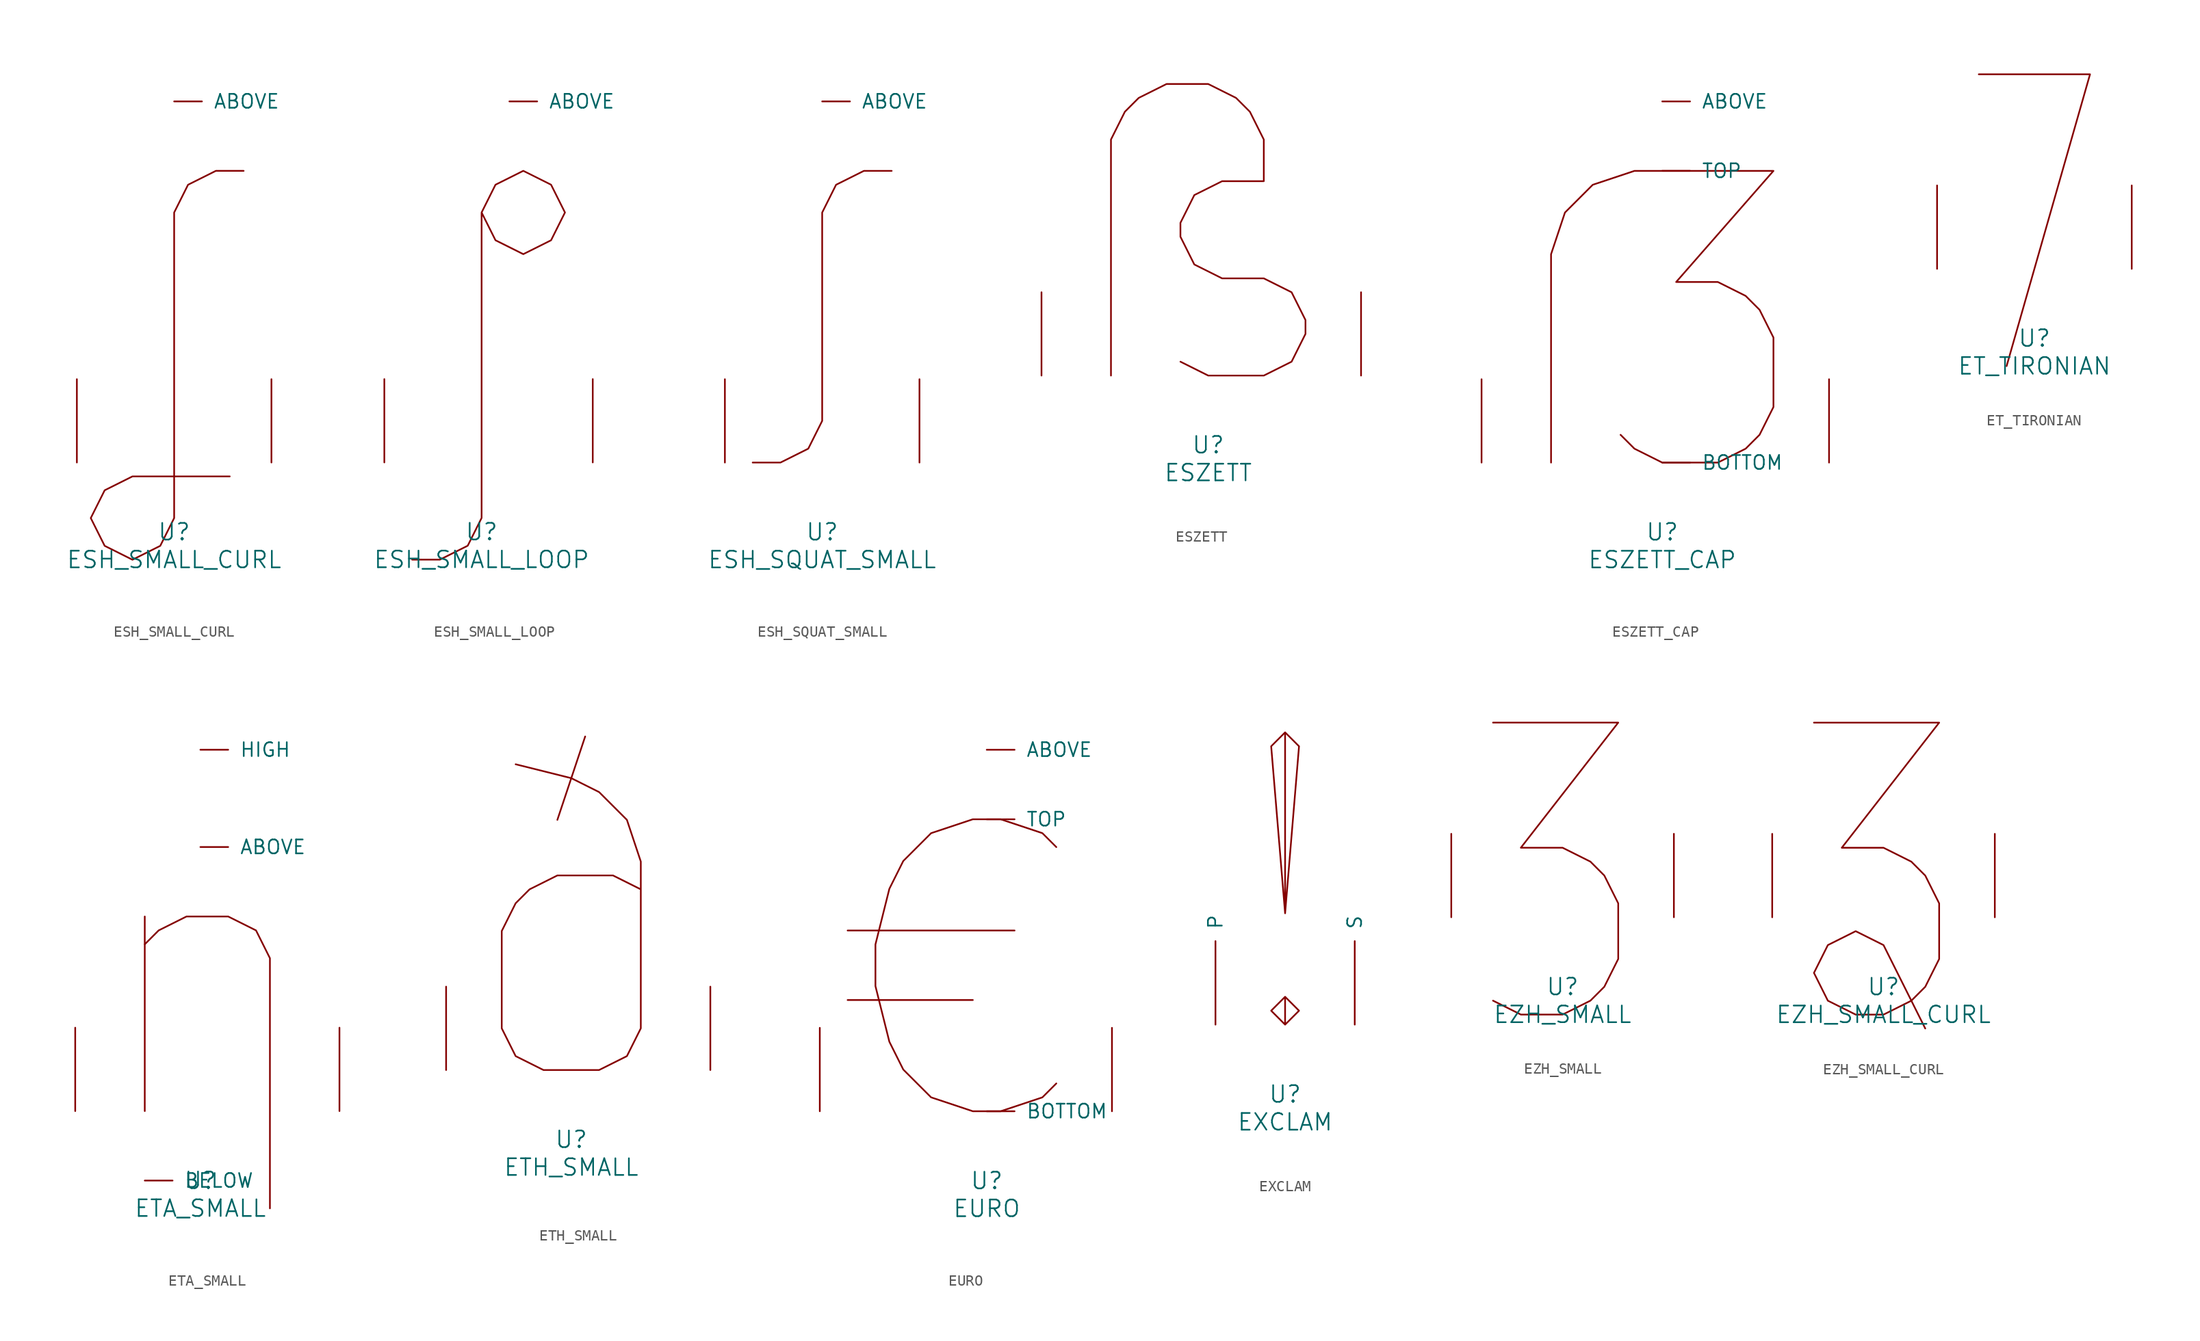
<source format=kicad_sym>
(kicad_symbol_lib
  (version 20220914)
  (generator font_lib2sym)
  (symbol "ESH_SMALL_CURL"
    (pin_names
      (offset 1.016))
    (property "Reference" "U"
      (at 0 -6.35 0)
      (effects (font (size 1.524 1.524))))
    (property "Value" "ESH_SMALL_CURL"
      (at 0 -8.89 0)
      (effects (font (size 1.524 1.524))))
    (symbol "ESH_SMALL_CURL_0_1"
      (polyline (pts (xy 6.35 26.67) (xy 3.81 26.67) (xy 1.27 25.4) (xy 0 22.86) (xy 0 -5.08) (xy -1.27 -7.62) (xy -3.81 -8.89) (xy -6.35 -7.62) (xy -7.62 -5.08) (xy -6.35 -2.54) (xy -3.81 -1.27) (xy 5.08 -1.27)) (stroke (width 0) (type solid)) (fill (type none)))
      (pin input line (at 0 33.02 0) (length 2.54) (name "ABOVE" (effects (font (size 1.27 1.27)))) (number "~" (effects (font (size 1.27 1.27)))))
      (pin input line (at -8.89 0 90) (length 7.62) (name "~" (effects (font (size 1.27 1.27)))) (number "~" (effects (font (size 1.27 1.27)))))
      (pin input line (at 8.89 0 90) (length 7.62) (name "~" (effects (font (size 1.27 1.27)))) (number "~" (effects (font (size 1.27 1.27)))))))
  (symbol "ESH_SMALL_LOOP"
    (pin_names
      (offset 1.016))
    (property "Reference" "U"
      (at 0 -6.35 0)
      (effects (font (size 1.524 1.524))))
    (property "Value" "ESH_SMALL_LOOP"
      (at 0 -8.89 0)
      (effects (font (size 1.524 1.524))))
    (symbol "ESH_SMALL_LOOP_0_1"
      (polyline (pts (xy -6.35 -8.89) (xy -3.81 -8.89) (xy -1.27 -7.62) (xy 0 -5.08) (xy 0 22.86) (xy 1.27 25.4) (xy 3.81 26.67) (xy 6.35 25.4) (xy 7.62 22.86) (xy 6.35 20.32) (xy 3.81 19.05) (xy 1.27 20.32) (xy 0 22.86)) (stroke (width 0) (type solid)) (fill (type none)))
      (pin input line (at 2.54 33.02 0) (length 2.54) (name "ABOVE" (effects (font (size 1.27 1.27)))) (number "~" (effects (font (size 1.27 1.27)))))
      (pin input line (at -8.89 0 90) (length 7.62) (name "~" (effects (font (size 1.27 1.27)))) (number "~" (effects (font (size 1.27 1.27)))))
      (pin input line (at 10.16 0 90) (length 7.62) (name "~" (effects (font (size 1.27 1.27)))) (number "~" (effects (font (size 1.27 1.27)))))))
  (symbol "ESH_SQUAT_SMALL"
    (pin_names
      (offset 1.016))
    (property "Reference" "U"
      (at 0 -6.35 0)
      (effects (font (size 1.524 1.524))))
    (property "Value" "ESH_SQUAT_SMALL"
      (at 0 -8.89 0)
      (effects (font (size 1.524 1.524))))
    (symbol "ESH_SQUAT_SMALL_0_1"
      (polyline (pts (xy 6.35 26.67) (xy 3.81 26.67) (xy 1.27 25.4) (xy 0 22.86) (xy 0 3.81) (xy -1.27 1.27) (xy -3.81 0) (xy -6.35 0)) (stroke (width 0) (type solid)) (fill (type none)))
      (pin input line (at 0 33.02 0) (length 2.54) (name "ABOVE" (effects (font (size 1.27 1.27)))) (number "~" (effects (font (size 1.27 1.27)))))
      (pin input line (at -8.89 0 90) (length 7.62) (name "~" (effects (font (size 1.27 1.27)))) (number "~" (effects (font (size 1.27 1.27)))))
      (pin input line (at 8.89 0 90) (length 7.62) (name "~" (effects (font (size 1.27 1.27)))) (number "~" (effects (font (size 1.27 1.27)))))))
  (symbol "ESZETT"
    (pin_names
      (offset 1.016))
    (property "Reference" "U"
      (at 0 -6.35 0)
      (effects (font (size 1.524 1.524))))
    (property "Value" "ESZETT"
      (at 0 -8.89 0)
      (effects (font (size 1.524 1.524))))
    (symbol "ESZETT_0_1"
      (polyline (pts (xy -8.89 0) (xy -8.89 21.59) (xy -7.62 24.13) (xy -6.35 25.4) (xy -3.81 26.67) (xy 0 26.67) (xy 2.54 25.4) (xy 3.81 24.13) (xy 5.08 21.59) (xy 5.08 17.78) (xy 1.27 17.78) (xy -1.27 16.51) (xy -2.54 13.97) (xy -2.54 12.7) (xy -1.27 10.16) (xy 1.27 8.89) (xy 5.08 8.89) (xy 7.62 7.62) (xy 8.89 5.08) (xy 8.89 3.81) (xy 7.62 1.27) (xy 5.08 0) (xy 0 0) (xy -2.54 1.27)) (stroke (width 0) (type solid)) (fill (type none)))
      (pin input line (at -15.24 0 90) (length 7.62) (name "~" (effects (font (size 1.27 1.27)))) (number "~" (effects (font (size 1.27 1.27)))))
      (pin input line (at 13.97 0 90) (length 7.62) (name "~" (effects (font (size 1.27 1.27)))) (number "~" (effects (font (size 1.27 1.27)))))))
  (symbol "ESZETT_CAP"
    (pin_names
      (offset 1.016))
    (property "Reference" "U"
      (at 0 -6.35 0)
      (effects (font (size 1.524 1.524))))
    (property "Value" "ESZETT_CAP"
      (at 0 -8.89 0)
      (effects (font (size 1.524 1.524))))
    (symbol "ESZETT_CAP_0_1"
      (polyline (pts (xy -10.16 0) (xy -10.16 19.05) (xy -8.89 22.86) (xy -6.35 25.4) (xy -2.54 26.67) (xy 10.16 26.67) (xy 1.27 16.51) (xy 5.08 16.51) (xy 7.62 15.24) (xy 8.89 13.97) (xy 10.16 11.43) (xy 10.16 5.08) (xy 8.89 2.54) (xy 7.62 1.27) (xy 5.08 0) (xy 0 0) (xy -2.54 1.27) (xy -3.81 2.54)) (stroke (width 0) (type solid)) (fill (type none)))
      (pin input line (at 0 33.02 0) (length 2.54) (name "ABOVE" (effects (font (size 1.27 1.27)))) (number "~" (effects (font (size 1.27 1.27)))))
      (pin input line (at 0 0 0) (length 2.54) (name "BOTTOM" (effects (font (size 1.27 1.27)))) (number "~" (effects (font (size 1.27 1.27)))))
      (pin input line (at 0 26.67 0) (length 2.54) (name "TOP" (effects (font (size 1.27 1.27)))) (number "~" (effects (font (size 1.27 1.27)))))
      (pin input line (at -16.51 0 90) (length 7.62) (name "~" (effects (font (size 1.27 1.27)))) (number "~" (effects (font (size 1.27 1.27)))))
      (pin input line (at 15.24 0 90) (length 7.62) (name "~" (effects (font (size 1.27 1.27)))) (number "~" (effects (font (size 1.27 1.27)))))))
  (symbol "ET_TIRONIAN"
    (pin_names
      (offset 1.016))
    (property "Reference" "U"
      (at 0 -6.35 0)
      (effects (font (size 1.524 1.524))))
    (property "Value" "ET_TIRONIAN"
      (at 0 -8.89 0)
      (effects (font (size 1.524 1.524))))
    (symbol "ET_TIRONIAN_0_1"
      (polyline (pts (xy -5.08 17.78) (xy 5.08 17.78) (xy -2.54 -8.89)) (stroke (width 0) (type solid)) (fill (type none)))
      (pin input line (at -8.89 0 90) (length 7.62) (name "~" (effects (font (size 1.27 1.27)))) (number "~" (effects (font (size 1.27 1.27)))))
      (pin input line (at 8.89 0 90) (length 7.62) (name "~" (effects (font (size 1.27 1.27)))) (number "~" (effects (font (size 1.27 1.27)))))))
  (symbol "ETA_SMALL"
    (pin_names
      (offset 1.016))
    (property "Reference" "U"
      (at 0 -6.35 0)
      (effects (font (size 1.524 1.524))))
    (property "Value" "ETA_SMALL"
      (at 0 -8.89 0)
      (effects (font (size 1.524 1.524))))
    (symbol "ETA_SMALL_0_1"
      (polyline (pts (xy -5.08 17.78) (xy -5.08 0)) (stroke (width 0) (type solid)) (fill (type none)))
      (polyline (pts (xy -5.08 15.24) (xy -3.81 16.51) (xy -1.27 17.78) (xy 2.54 17.78) (xy 5.08 16.51) (xy 6.35 13.97) (xy 6.35 -8.89)) (stroke (width 0) (type solid)) (fill (type none)))
      (pin input line (at 0 24.13 0) (length 2.54) (name "ABOVE" (effects (font (size 1.27 1.27)))) (number "~" (effects (font (size 1.27 1.27)))))
      (pin input line (at -5.08 -6.35 0) (length 2.54) (name "BELOW" (effects (font (size 1.27 1.27)))) (number "~" (effects (font (size 1.27 1.27)))))
      (pin input line (at 0 33.02 0) (length 2.54) (name "HIGH" (effects (font (size 1.27 1.27)))) (number "~" (effects (font (size 1.27 1.27)))))
      (pin input line (at -11.43 0 90) (length 7.62) (name "~" (effects (font (size 1.27 1.27)))) (number "~" (effects (font (size 1.27 1.27)))))
      (pin input line (at 12.7 0 90) (length 7.62) (name "~" (effects (font (size 1.27 1.27)))) (number "~" (effects (font (size 1.27 1.27)))))))
  (symbol "ETH_SMALL"
    (pin_names
      (offset 1.016))
    (property "Reference" "U"
      (at 0 -6.35 0)
      (effects (font (size 1.524 1.524))))
    (property "Value" "ETH_SMALL"
      (at 0 -8.89 0)
      (effects (font (size 1.524 1.524))))
    (symbol "ETH_SMALL_0_1"
      (polyline (pts (xy 1.27 30.48) (xy -1.27 22.86)) (stroke (width 0) (type solid)) (fill (type none)))
      (polyline (pts (xy 6.35 16.51) (xy 3.81 17.78) (xy -1.27 17.78) (xy -3.81 16.51) (xy -5.08 15.24) (xy -6.35 12.7) (xy -6.35 3.81) (xy -5.08 1.27) (xy -2.54 0) (xy 2.54 0) (xy 5.08 1.27) (xy 6.35 3.81) (xy 6.35 19.05) (xy 5.08 22.86) (xy 2.54 25.4) (xy 0 26.67) (xy -5.08 27.94)) (stroke (width 0) (type solid)) (fill (type none)))
      (pin input line (at -11.43 0 90) (length 7.62) (name "~" (effects (font (size 1.27 1.27)))) (number "~" (effects (font (size 1.27 1.27)))))
      (pin input line (at 12.7 0 90) (length 7.62) (name "~" (effects (font (size 1.27 1.27)))) (number "~" (effects (font (size 1.27 1.27)))))))
  (symbol "EURO"
    (pin_names
      (offset 1.016))
    (property "Reference" "U"
      (at 0 -6.35 0)
      (effects (font (size 1.524 1.524))))
    (property "Value" "EURO"
      (at 0 -8.89 0)
      (effects (font (size 1.524 1.524))))
    (symbol "EURO_0_1"
      (polyline (pts (xy -12.7 10.16) (xy -1.27 10.16)) (stroke (width 0) (type solid)) (fill (type none)))
      (polyline (pts (xy -12.7 16.51) (xy 2.54 16.51)) (stroke (width 0) (type solid)) (fill (type none)))
      (polyline (pts (xy 6.35 2.54) (xy 5.08 1.27) (xy 1.27 0) (xy -1.27 0) (xy -5.08 1.27) (xy -7.62 3.81) (xy -8.89 6.35) (xy -10.16 11.43) (xy -10.16 15.24) (xy -8.89 20.32) (xy -7.62 22.86) (xy -5.08 25.4) (xy -1.27 26.67) (xy 1.27 26.67) (xy 5.08 25.4) (xy 6.35 24.13)) (stroke (width 0) (type solid)) (fill (type none)))
      (pin input line (at 0 33.02 0) (length 2.54) (name "ABOVE" (effects (font (size 1.27 1.27)))) (number "~" (effects (font (size 1.27 1.27)))))
      (pin input line (at 0 0 0) (length 2.54) (name "BOTTOM" (effects (font (size 1.27 1.27)))) (number "~" (effects (font (size 1.27 1.27)))))
      (pin input line (at 0 26.67 0) (length 2.54) (name "TOP" (effects (font (size 1.27 1.27)))) (number "~" (effects (font (size 1.27 1.27)))))
      (pin input line (at -15.24 0 90) (length 7.62) (name "~" (effects (font (size 1.27 1.27)))) (number "~" (effects (font (size 1.27 1.27)))))
      (pin input line (at 11.43 0 90) (length 7.62) (name "~" (effects (font (size 1.27 1.27)))) (number "~" (effects (font (size 1.27 1.27)))))))
  (symbol "EXCLAM"
    (pin_names
      (offset 1.016))
    (property "Reference" "U"
      (at 0 -6.35 0)
      (effects (font (size 1.524 1.524))))
    (property "Value" "EXCLAM"
      (at 0 -8.89 0)
      (effects (font (size 1.524 1.524))))
    (symbol "EXCLAM_0_1"
      (polyline (pts (xy 0 2.54) (xy 1.27 1.27) (xy 0 0) (xy -1.27 1.27) (xy 0 2.54) (xy 0 0)) (stroke (width 0) (type solid)) (fill (type none)))
      (polyline (pts (xy 0 10.16) (xy -1.27 25.4) (xy 0 26.67) (xy 1.27 25.4) (xy 0 10.16) (xy 0 26.67)) (stroke (width 0) (type solid)) (fill (type none)))
      (pin input line (at -6.35 0 90) (length 7.62) (name "P" (effects (font (size 1.27 1.27)))) (number "~" (effects (font (size 1.27 1.27)))))
      (pin input line (at 6.35 0 90) (length 7.62) (name "S" (effects (font (size 1.27 1.27)))) (number "~" (effects (font (size 1.27 1.27)))))))
  (symbol "EZH_SMALL"
    (pin_names
      (offset 1.016))
    (property "Reference" "U"
      (at 0 -6.35 0)
      (effects (font (size 1.524 1.524))))
    (property "Value" "EZH_SMALL"
      (at 0 -8.89 0)
      (effects (font (size 1.524 1.524))))
    (symbol "EZH_SMALL_0_1"
      (polyline (pts (xy -6.35 17.78) (xy 5.08 17.78) (xy -3.81 6.35) (xy 0 6.35) (xy 2.54 5.08) (xy 3.81 3.81) (xy 5.08 1.27) (xy 5.08 -3.81) (xy 3.81 -6.35) (xy 2.54 -7.62) (xy 0 -8.89) (xy -3.81 -8.89) (xy -6.35 -7.62)) (stroke (width 0) (type solid)) (fill (type none)))
      (pin input line (at -10.16 0 90) (length 7.62) (name "~" (effects (font (size 1.27 1.27)))) (number "~" (effects (font (size 1.27 1.27)))))
      (pin input line (at 10.16 0 90) (length 7.62) (name "~" (effects (font (size 1.27 1.27)))) (number "~" (effects (font (size 1.27 1.27)))))))
  (symbol "EZH_SMALL_CURL"
    (pin_names
      (offset 1.016))
    (property "Reference" "U"
      (at 0 -6.35 0)
      (effects (font (size 1.524 1.524))))
    (property "Value" "EZH_SMALL_CURL"
      (at 0 -8.89 0)
      (effects (font (size 1.524 1.524))))
    (symbol "EZH_SMALL_CURL_0_1"
      (polyline (pts (xy -6.35 17.78) (xy 5.08 17.78) (xy -3.81 6.35) (xy 0 6.35) (xy 2.54 5.08) (xy 3.81 3.81) (xy 5.08 1.27) (xy 5.08 -3.81) (xy 3.81 -6.35) (xy 2.54 -7.62) (xy 0 -8.89) (xy -2.54 -8.89) (xy -5.08 -7.62) (xy -6.35 -5.08) (xy -5.08 -2.54) (xy -2.54 -1.27) (xy 0 -2.54) (xy 3.81 -10.16)) (stroke (width 0) (type solid)) (fill (type none)))
      (pin input line (at -10.16 0 90) (length 7.62) (name "~" (effects (font (size 1.27 1.27)))) (number "~" (effects (font (size 1.27 1.27)))))
      (pin input line (at 10.16 0 90) (length 7.62) (name "~" (effects (font (size 1.27 1.27)))) (number "~" (effects (font (size 1.27 1.27))))))))
</source>
